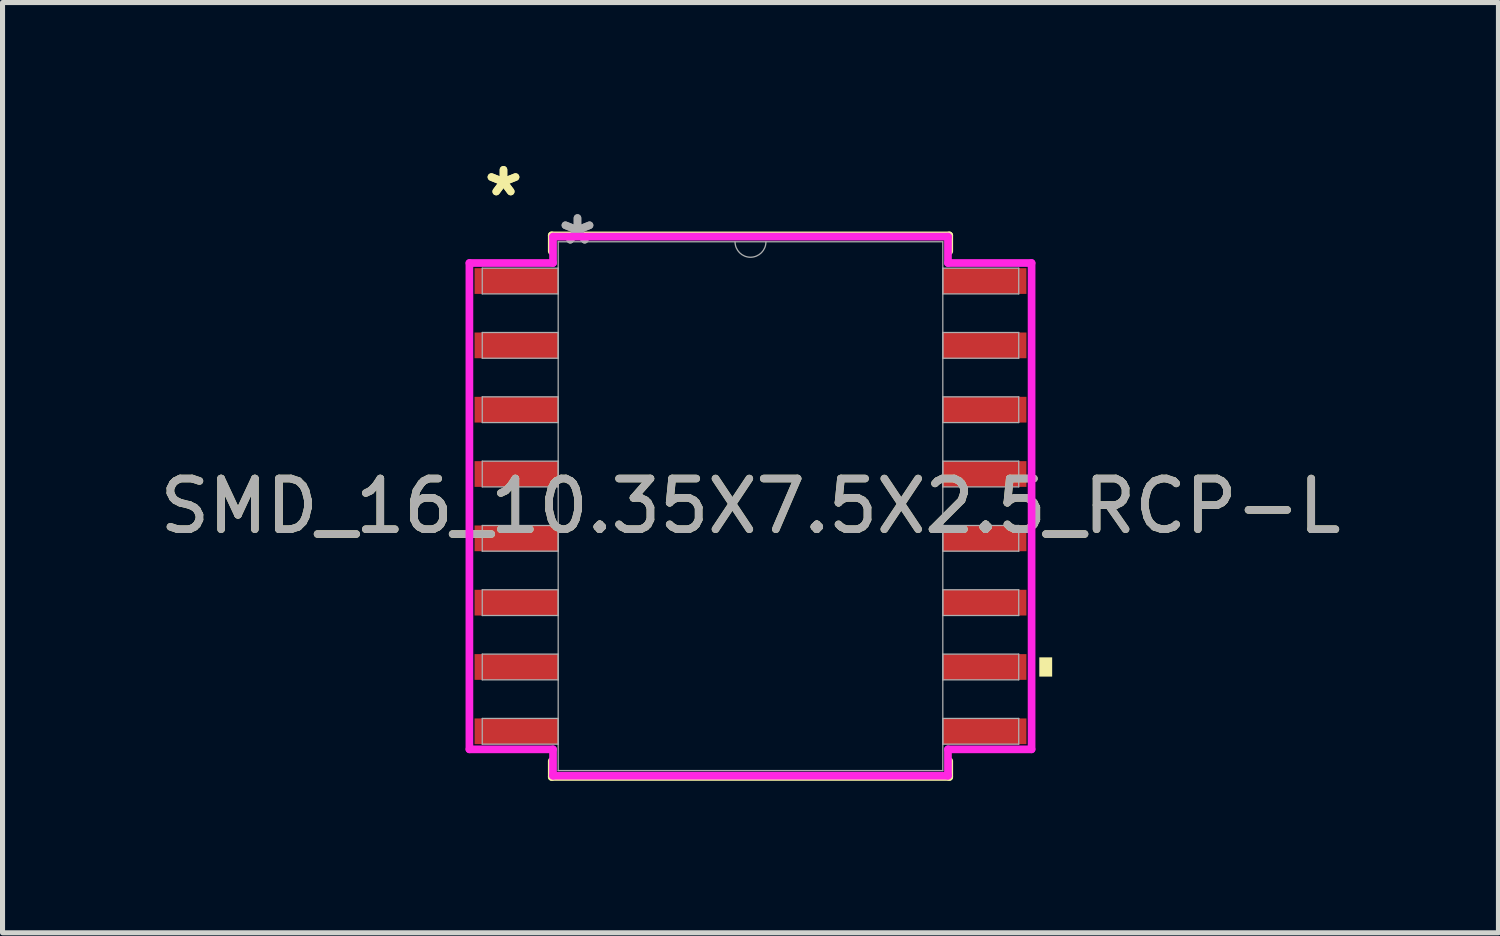
<source format=kicad_pcb>
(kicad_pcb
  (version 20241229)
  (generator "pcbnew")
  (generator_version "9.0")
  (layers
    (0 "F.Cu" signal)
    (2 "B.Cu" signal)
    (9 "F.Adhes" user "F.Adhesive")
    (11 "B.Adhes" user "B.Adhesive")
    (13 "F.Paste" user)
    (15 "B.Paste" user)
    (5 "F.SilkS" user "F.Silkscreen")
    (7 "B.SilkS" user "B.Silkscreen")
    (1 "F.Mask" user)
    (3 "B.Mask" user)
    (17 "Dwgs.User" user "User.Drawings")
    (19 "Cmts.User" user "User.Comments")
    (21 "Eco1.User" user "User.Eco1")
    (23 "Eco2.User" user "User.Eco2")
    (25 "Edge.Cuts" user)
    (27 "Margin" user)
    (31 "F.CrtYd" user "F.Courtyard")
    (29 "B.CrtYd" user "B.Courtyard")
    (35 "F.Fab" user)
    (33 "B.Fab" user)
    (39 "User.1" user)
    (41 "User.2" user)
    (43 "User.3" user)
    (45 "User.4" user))
  (footprint "SMD_16_10.35X7.5X2.5_RCP-L"
    (layer "F.Cu")
    (at 11.768 6.944)
    (property "Reference" "SMD_16_10.35X7.5X2.5_RCP-L" (at 0 0 0) (unlocked yes) (layer "F.SilkS") (effects (font (size 1 1) (thickness 0.15))))
    (attr smd)
    (fp_line (start -3.924 -5.347) (end -3.924 -5.032) (stroke (width 0.152) (type solid)) (layer "F.SilkS"))
    (fp_line (start -3.924 5.032) (end -3.924 5.347) (stroke (width 0.152) (type solid)) (layer "F.SilkS"))
    (fp_line (start -3.924 5.347) (end 3.924 5.347) (stroke (width 0.152) (type solid)) (layer "F.SilkS"))
    (fp_line (start 3.924 -5.347) (end -3.924 -5.347) (stroke (width 0.152) (type solid)) (layer "F.SilkS"))
    (fp_line (start 3.924 -5.032) (end 3.924 -5.347) (stroke (width 0.152) (type solid)) (layer "F.SilkS"))
    (fp_line (start 3.924 5.347) (end 3.924 5.032) (stroke (width 0.152) (type solid)) (layer "F.SilkS"))
    (fp_poly (pts (xy 5.956 2.985) (xy 5.956 3.365) (xy 5.702 3.365) (xy 5.702 2.985)) (stroke (width 0) (type solid)) (fill yes) (layer "F.SilkS"))
    (fp_line (start -5.55 -4.801) (end -3.899 -4.801) (stroke (width 0.152) (type solid)) (layer "F.CrtYd"))
    (fp_line (start -5.55 4.801) (end -5.55 -4.801) (stroke (width 0.152) (type solid)) (layer "F.CrtYd"))
    (fp_line (start -5.55 4.801) (end -3.899 4.801) (stroke (width 0.152) (type solid)) (layer "F.CrtYd"))
    (fp_line (start -3.899 -5.321) (end 3.899 -5.321) (stroke (width 0.152) (type solid)) (layer "F.CrtYd"))
    (fp_line (start -3.899 -4.801) (end -3.899 -5.321) (stroke (width 0.152) (type solid)) (layer "F.CrtYd"))
    (fp_line (start -3.899 5.321) (end -3.899 4.801) (stroke (width 0.152) (type solid)) (layer "F.CrtYd"))
    (fp_line (start 3.899 -5.321) (end 3.899 -4.801) (stroke (width 0.152) (type solid)) (layer "F.CrtYd"))
    (fp_line (start 3.899 4.801) (end 3.899 5.321) (stroke (width 0.152) (type solid)) (layer "F.CrtYd"))
    (fp_line (start 3.899 5.321) (end -3.899 5.321) (stroke (width 0.152) (type solid)) (layer "F.CrtYd"))
    (fp_line (start 5.55 -4.801) (end 3.899 -4.801) (stroke (width 0.152) (type solid)) (layer "F.CrtYd"))
    (fp_line (start 5.55 -4.801) (end 5.55 4.801) (stroke (width 0.152) (type solid)) (layer "F.CrtYd"))
    (fp_line (start 5.55 4.801) (end 3.899 4.801) (stroke (width 0.152) (type solid)) (layer "F.CrtYd"))
    (fp_line (start -5.296 -4.699) (end -5.296 -4.191) (stroke (width 0.025) (type solid)) (layer "F.Fab"))
    (fp_line (start -5.296 -4.191) (end -3.797 -4.191) (stroke (width 0.025) (type solid)) (layer "F.Fab"))
    (fp_line (start -5.296 -3.429) (end -5.296 -2.921) (stroke (width 0.025) (type solid)) (layer "F.Fab"))
    (fp_line (start -5.296 -2.921) (end -3.797 -2.921) (stroke (width 0.025) (type solid)) (layer "F.Fab"))
    (fp_line (start -5.296 -2.159) (end -5.296 -1.651) (stroke (width 0.025) (type solid)) (layer "F.Fab"))
    (fp_line (start -5.296 -1.651) (end -3.797 -1.651) (stroke (width 0.025) (type solid)) (layer "F.Fab"))
    (fp_line (start -5.296 -0.889) (end -5.296 -0.381) (stroke (width 0.025) (type solid)) (layer "F.Fab"))
    (fp_line (start -5.296 -0.381) (end -3.797 -0.381) (stroke (width 0.025) (type solid)) (layer "F.Fab"))
    (fp_line (start -5.296 0.381) (end -5.296 0.889) (stroke (width 0.025) (type solid)) (layer "F.Fab"))
    (fp_line (start -5.296 0.889) (end -3.797 0.889) (stroke (width 0.025) (type solid)) (layer "F.Fab"))
    (fp_line (start -5.296 1.651) (end -5.296 2.159) (stroke (width 0.025) (type solid)) (layer "F.Fab"))
    (fp_line (start -5.296 2.159) (end -3.797 2.159) (stroke (width 0.025) (type solid)) (layer "F.Fab"))
    (fp_line (start -5.296 2.921) (end -5.296 3.429) (stroke (width 0.025) (type solid)) (layer "F.Fab"))
    (fp_line (start -5.296 3.429) (end -3.797 3.429) (stroke (width 0.025) (type solid)) (layer "F.Fab"))
    (fp_line (start -5.296 4.191) (end -5.296 4.699) (stroke (width 0.025) (type solid)) (layer "F.Fab"))
    (fp_line (start -5.296 4.699) (end -3.797 4.699) (stroke (width 0.025) (type solid)) (layer "F.Fab"))
    (fp_line (start -3.797 -5.22) (end -3.797 5.22) (stroke (width 0.025) (type solid)) (layer "F.Fab"))
    (fp_line (start -3.797 -4.699) (end -5.296 -4.699) (stroke (width 0.025) (type solid)) (layer "F.Fab"))
    (fp_line (start -3.797 -4.191) (end -3.797 -4.699) (stroke (width 0.025) (type solid)) (layer "F.Fab"))
    (fp_line (start -3.797 -3.429) (end -5.296 -3.429) (stroke (width 0.025) (type solid)) (layer "F.Fab"))
    (fp_line (start -3.797 -2.921) (end -3.797 -3.429) (stroke (width 0.025) (type solid)) (layer "F.Fab"))
    (fp_line (start -3.797 -2.159) (end -5.296 -2.159) (stroke (width 0.025) (type solid)) (layer "F.Fab"))
    (fp_line (start -3.797 -1.651) (end -3.797 -2.159) (stroke (width 0.025) (type solid)) (layer "F.Fab"))
    (fp_line (start -3.797 -0.889) (end -5.296 -0.889) (stroke (width 0.025) (type solid)) (layer "F.Fab"))
    (fp_line (start -3.797 -0.381) (end -3.797 -0.889) (stroke (width 0.025) (type solid)) (layer "F.Fab"))
    (fp_line (start -3.797 0.381) (end -5.296 0.381) (stroke (width 0.025) (type solid)) (layer "F.Fab"))
    (fp_line (start -3.797 0.889) (end -3.797 0.381) (stroke (width 0.025) (type solid)) (layer "F.Fab"))
    (fp_line (start -3.797 1.651) (end -5.296 1.651) (stroke (width 0.025) (type solid)) (layer "F.Fab"))
    (fp_line (start -3.797 2.159) (end -3.797 1.651) (stroke (width 0.025) (type solid)) (layer "F.Fab"))
    (fp_line (start -3.797 2.921) (end -5.296 2.921) (stroke (width 0.025) (type solid)) (layer "F.Fab"))
    (fp_line (start -3.797 3.429) (end -3.797 2.921) (stroke (width 0.025) (type solid)) (layer "F.Fab"))
    (fp_line (start -3.797 4.191) (end -5.296 4.191) (stroke (width 0.025) (type solid)) (layer "F.Fab"))
    (fp_line (start -3.797 4.699) (end -3.797 4.191) (stroke (width 0.025) (type solid)) (layer "F.Fab"))
    (fp_line (start -3.797 5.22) (end 3.797 5.22) (stroke (width 0.025) (type solid)) (layer "F.Fab"))
    (fp_line (start 3.797 -5.22) (end -3.797 -5.22) (stroke (width 0.025) (type solid)) (layer "F.Fab"))
    (fp_line (start 3.797 -4.699) (end 3.797 -4.191) (stroke (width 0.025) (type solid)) (layer "F.Fab"))
    (fp_line (start 3.797 -4.191) (end 5.296 -4.191) (stroke (width 0.025) (type solid)) (layer "F.Fab"))
    (fp_line (start 3.797 -3.429) (end 3.797 -2.921) (stroke (width 0.025) (type solid)) (layer "F.Fab"))
    (fp_line (start 3.797 -2.921) (end 5.296 -2.921) (stroke (width 0.025) (type solid)) (layer "F.Fab"))
    (fp_line (start 3.797 -2.159) (end 3.797 -1.651) (stroke (width 0.025) (type solid)) (layer "F.Fab"))
    (fp_line (start 3.797 -1.651) (end 5.296 -1.651) (stroke (width 0.025) (type solid)) (layer "F.Fab"))
    (fp_line (start 3.797 -0.889) (end 3.797 -0.381) (stroke (width 0.025) (type solid)) (layer "F.Fab"))
    (fp_line (start 3.797 -0.381) (end 5.296 -0.381) (stroke (width 0.025) (type solid)) (layer "F.Fab"))
    (fp_line (start 3.797 0.381) (end 3.797 0.889) (stroke (width 0.025) (type solid)) (layer "F.Fab"))
    (fp_line (start 3.797 0.889) (end 5.296 0.889) (stroke (width 0.025) (type solid)) (layer "F.Fab"))
    (fp_line (start 3.797 1.651) (end 3.797 2.159) (stroke (width 0.025) (type solid)) (layer "F.Fab"))
    (fp_line (start 3.797 2.159) (end 5.296 2.159) (stroke (width 0.025) (type solid)) (layer "F.Fab"))
    (fp_line (start 3.797 2.921) (end 3.797 3.429) (stroke (width 0.025) (type solid)) (layer "F.Fab"))
    (fp_line (start 3.797 3.429) (end 5.296 3.429) (stroke (width 0.025) (type solid)) (layer "F.Fab"))
    (fp_line (start 3.797 4.191) (end 3.797 4.699) (stroke (width 0.025) (type solid)) (layer "F.Fab"))
    (fp_line (start 3.797 4.699) (end 5.296 4.699) (stroke (width 0.025) (type solid)) (layer "F.Fab"))
    (fp_line (start 3.797 5.22) (end 3.797 -5.22) (stroke (width 0.025) (type solid)) (layer "F.Fab"))
    (fp_line (start 5.296 -4.699) (end 3.797 -4.699) (stroke (width 0.025) (type solid)) (layer "F.Fab"))
    (fp_line (start 5.296 -4.191) (end 5.296 -4.699) (stroke (width 0.025) (type solid)) (layer "F.Fab"))
    (fp_line (start 5.296 -3.429) (end 3.797 -3.429) (stroke (width 0.025) (type solid)) (layer "F.Fab"))
    (fp_line (start 5.296 -2.921) (end 5.296 -3.429) (stroke (width 0.025) (type solid)) (layer "F.Fab"))
    (fp_line (start 5.296 -2.159) (end 3.797 -2.159) (stroke (width 0.025) (type solid)) (layer "F.Fab"))
    (fp_line (start 5.296 -1.651) (end 5.296 -2.159) (stroke (width 0.025) (type solid)) (layer "F.Fab"))
    (fp_line (start 5.296 -0.889) (end 3.797 -0.889) (stroke (width 0.025) (type solid)) (layer "F.Fab"))
    (fp_line (start 5.296 -0.381) (end 5.296 -0.889) (stroke (width 0.025) (type solid)) (layer "F.Fab"))
    (fp_line (start 5.296 0.381) (end 3.797 0.381) (stroke (width 0.025) (type solid)) (layer "F.Fab"))
    (fp_line (start 5.296 0.889) (end 5.296 0.381) (stroke (width 0.025) (type solid)) (layer "F.Fab"))
    (fp_line (start 5.296 1.651) (end 3.797 1.651) (stroke (width 0.025) (type solid)) (layer "F.Fab"))
    (fp_line (start 5.296 2.159) (end 5.296 1.651) (stroke (width 0.025) (type solid)) (layer "F.Fab"))
    (fp_line (start 5.296 2.921) (end 3.797 2.921) (stroke (width 0.025) (type solid)) (layer "F.Fab"))
    (fp_line (start 5.296 3.429) (end 5.296 2.921) (stroke (width 0.025) (type solid)) (layer "F.Fab"))
    (fp_line (start 5.296 4.191) (end 3.797 4.191) (stroke (width 0.025) (type solid)) (layer "F.Fab"))
    (fp_line (start 5.296 4.699) (end 5.296 4.191) (stroke (width 0.025) (type solid)) (layer "F.Fab"))
    (fp_arc (start 0.3048 -5.2197) (mid 0 -4.9149) (end -0.3048 -5.2197) (stroke (width 0.0254) (type solid)) (layer "F.Fab"))
    (fp_text user "*" (at -4.877 -6.096 0) (layer "F.SilkS") (effects (font (size 1 1) (thickness 0.15))))
    (fp_text user "*" (at -4.877 -6.096 0) (unlocked yes) (layer "F.SilkS") (effects (font (size 1 1) (thickness 0.15))))
    (fp_text user "*" (at -3.416 -5.144 0) (layer "F.Fab") (effects (font (size 1 1) (thickness 0.15))))
    (fp_text user "*" (at -3.416 -5.144 0) (unlocked yes) (layer "F.Fab") (effects (font (size 1 1) (thickness 0.15))))
    (fp_text user "${REFERENCE}" (at 0 0 0) (unlocked yes) (layer "F.Fab") (effects (font (size 1 1) (thickness 0.15))))
    (pad "1" smd rect (at -4.623 -4.445) (size 1.651 0.508) (layers "F.Cu" "F.Mask" "F.Paste"))
    (pad "2" smd rect (at -4.623 -3.175) (size 1.651 0.508) (layers "F.Cu" "F.Mask" "F.Paste"))
    (pad "3" smd rect (at -4.623 -1.905) (size 1.651 0.508) (layers "F.Cu" "F.Mask" "F.Paste"))
    (pad "4" smd rect (at -4.623 -0.635) (size 1.651 0.508) (layers "F.Cu" "F.Mask" "F.Paste"))
    (pad "5" smd rect (at -4.623 0.635) (size 1.651 0.508) (layers "F.Cu" "F.Mask" "F.Paste"))
    (pad "6" smd rect (at -4.623 1.905) (size 1.651 0.508) (layers "F.Cu" "F.Mask" "F.Paste"))
    (pad "7" smd rect (at -4.623 3.175) (size 1.651 0.508) (layers "F.Cu" "F.Mask" "F.Paste"))
    (pad "8" smd rect (at -4.623 4.445) (size 1.651 0.508) (layers "F.Cu" "F.Mask" "F.Paste"))
    (pad "9" smd rect (at 4.623 4.445) (size 1.651 0.508) (layers "F.Cu" "F.Mask" "F.Paste"))
    (pad "10" smd rect (at 4.623 3.175) (size 1.651 0.508) (layers "F.Cu" "F.Mask" "F.Paste"))
    (pad "11" smd rect (at 4.623 1.905) (size 1.651 0.508) (layers "F.Cu" "F.Mask" "F.Paste"))
    (pad "12" smd rect (at 4.623 0.635) (size 1.651 0.508) (layers "F.Cu" "F.Mask" "F.Paste"))
    (pad "13" smd rect (at 4.623 -0.635) (size 1.651 0.508) (layers "F.Cu" "F.Mask" "F.Paste"))
    (pad "14" smd rect (at 4.623 -1.905) (size 1.651 0.508) (layers "F.Cu" "F.Mask" "F.Paste"))
    (pad "15" smd rect (at 4.623 -3.175) (size 1.651 0.508) (layers "F.Cu" "F.Mask" "F.Paste"))
    (pad "16" smd rect (at 4.623 -4.445) (size 1.651 0.508) (layers "F.Cu" "F.Mask" "F.Paste")))
  (gr_rect
    (start -3 -3)
    (end 26.536 15.367)
    (stroke (width 0.1) (type default))
    (fill no)
    (layer "Edge.Cuts")))
</source>
